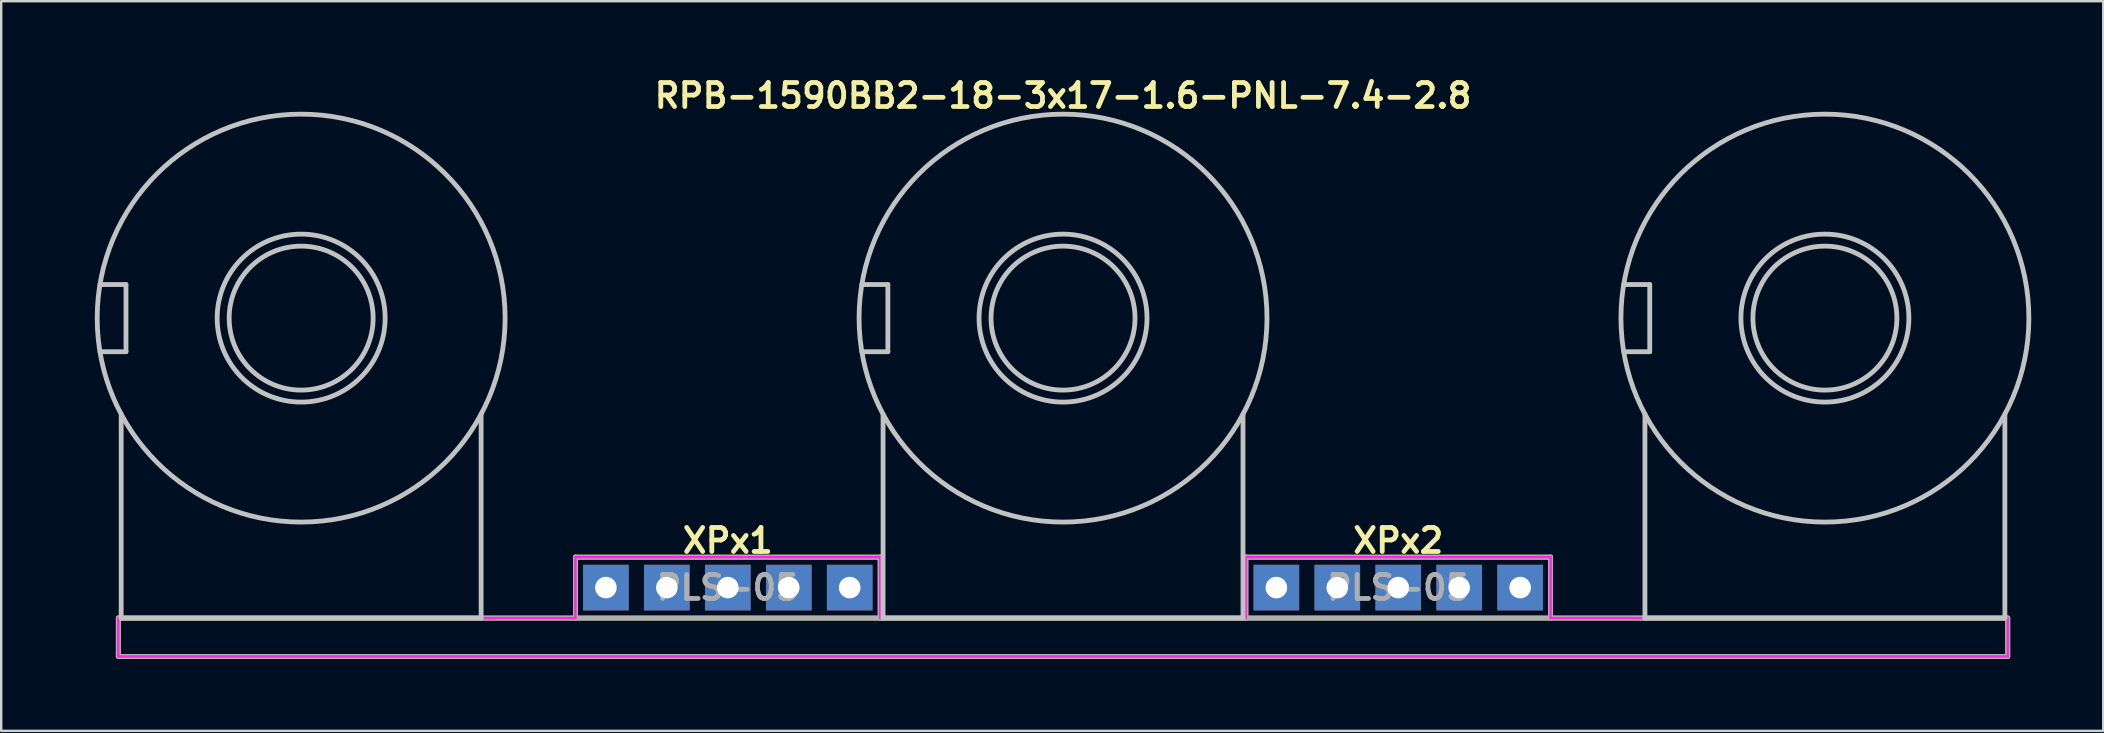
<source format=kicad_pcb>
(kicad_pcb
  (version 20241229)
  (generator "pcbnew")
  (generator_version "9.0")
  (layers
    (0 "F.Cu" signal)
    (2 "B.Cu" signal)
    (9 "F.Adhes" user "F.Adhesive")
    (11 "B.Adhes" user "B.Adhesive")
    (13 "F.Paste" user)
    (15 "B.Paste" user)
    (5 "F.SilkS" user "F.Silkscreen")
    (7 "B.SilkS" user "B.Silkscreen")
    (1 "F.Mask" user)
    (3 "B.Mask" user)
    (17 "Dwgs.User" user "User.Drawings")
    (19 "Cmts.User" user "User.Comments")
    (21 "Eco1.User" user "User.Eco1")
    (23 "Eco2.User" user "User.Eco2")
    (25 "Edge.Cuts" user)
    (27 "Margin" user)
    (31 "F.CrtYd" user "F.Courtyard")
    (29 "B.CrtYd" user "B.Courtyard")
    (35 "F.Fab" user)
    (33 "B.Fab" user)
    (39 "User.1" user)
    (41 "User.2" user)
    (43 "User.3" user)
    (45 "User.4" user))
  (footprint "RPB-1590BB2-18-3x17-1.6-PNL-7.4-2.8"
    (layer "F.Cu")
    (at 41.25 10.207)
    (property "Reference" "RPB-1590BB2-18-3x17-1.6-PNL-7.4-2.8" (at 0 -9.271 0) (layer "F.SilkS") (effects (font (size 1 1) (thickness 0.2))))
    (attr through_hole)
    (fp_line (start -39.37 12.5) (end -39.37 14.1) (stroke (width 0.2) (type solid)) (layer "F.SilkS"))
    (fp_line (start -39.37 12.5) (end 39.37 12.5) (stroke (width 0.2) (type solid)) (layer "F.SilkS"))
    (fp_line (start -39.37 14.1) (end 39.37 14.1) (stroke (width 0.2) (type solid)) (layer "F.SilkS"))
    (fp_line (start -20.32 9.96) (end -20.32 12.5) (stroke (width 0.2) (type solid)) (layer "F.SilkS"))
    (fp_line (start -20.32 9.96) (end -7.62 9.96) (stroke (width 0.2) (type solid)) (layer "F.SilkS"))
    (fp_line (start -7.62 9.96) (end -7.62 12.5) (stroke (width 0.2) (type solid)) (layer "F.SilkS"))
    (fp_line (start 7.62 9.96) (end 7.62 12.5) (stroke (width 0.2) (type solid)) (layer "F.SilkS"))
    (fp_line (start 7.62 9.96) (end 20.32 9.96) (stroke (width 0.2) (type solid)) (layer "F.SilkS"))
    (fp_line (start 20.32 9.96) (end 20.32 12.5) (stroke (width 0.2) (type solid)) (layer "F.SilkS"))
    (fp_line (start 39.37 12.5) (end 39.37 14.1) (stroke (width 0.2) (type solid)) (layer "F.SilkS"))
    (fp_line (start -40.134 -1.4) (end -39.05 -1.4) (stroke (width 0.2) (type solid)) (layer "Dwgs.User"))
    (fp_line (start -40.134 1.4) (end -39.05 1.4) (stroke (width 0.2) (type solid)) (layer "Dwgs.User"))
    (fp_line (start -39.25 4) (end -39.25 12.5) (stroke (width 0.2) (type solid)) (layer "Dwgs.User"))
    (fp_line (start -39.25 12.5) (end -24.25 12.5) (stroke (width 0.2) (type solid)) (layer "Dwgs.User"))
    (fp_line (start -39.05 -1.4) (end -39.05 1.4) (stroke (width 0.2) (type solid)) (layer "Dwgs.User"))
    (fp_line (start -24.25 4) (end -24.25 12.5) (stroke (width 0.2) (type solid)) (layer "Dwgs.User"))
    (fp_line (start -8.384 -1.4) (end -7.3 -1.4) (stroke (width 0.2) (type solid)) (layer "Dwgs.User"))
    (fp_line (start -8.384 1.4) (end -7.3 1.4) (stroke (width 0.2) (type solid)) (layer "Dwgs.User"))
    (fp_line (start -7.5 4) (end -7.5 12.5) (stroke (width 0.2) (type solid)) (layer "Dwgs.User"))
    (fp_line (start -7.5 12.5) (end 7.5 12.5) (stroke (width 0.2) (type solid)) (layer "Dwgs.User"))
    (fp_line (start -7.3 -1.4) (end -7.3 1.4) (stroke (width 0.2) (type solid)) (layer "Dwgs.User"))
    (fp_line (start 7.5 4) (end 7.5 12.5) (stroke (width 0.2) (type solid)) (layer "Dwgs.User"))
    (fp_line (start 23.366 -1.4) (end 24.45 -1.4) (stroke (width 0.2) (type solid)) (layer "Dwgs.User"))
    (fp_line (start 23.366 1.4) (end 24.45 1.4) (stroke (width 0.2) (type solid)) (layer "Dwgs.User"))
    (fp_line (start 24.25 4) (end 24.25 12.5) (stroke (width 0.2) (type solid)) (layer "Dwgs.User"))
    (fp_line (start 24.25 12.5) (end 39.25 12.5) (stroke (width 0.2) (type solid)) (layer "Dwgs.User"))
    (fp_line (start 24.45 -1.4) (end 24.45 1.4) (stroke (width 0.2) (type solid)) (layer "Dwgs.User"))
    (fp_line (start 39.25 4) (end 39.25 12.5) (stroke (width 0.2) (type solid)) (layer "Dwgs.User"))
    (fp_circle (center -31.75 0) (end -28.75 0) (stroke (width 0.2) (type solid)) (fill no) (layer "Dwgs.User"))
    (fp_circle (center -31.75 0) (end -28.25 0) (stroke (width 0.2) (type solid)) (fill no) (layer "Dwgs.User"))
    (fp_circle (center -31.75 0) (end -23.25 0) (stroke (width 0.2) (type solid)) (fill no) (layer "Dwgs.User"))
    (fp_circle (center 0 0) (end 3 0) (stroke (width 0.2) (type solid)) (fill no) (layer "Dwgs.User"))
    (fp_circle (center 0 0) (end 3.5 0) (stroke (width 0.2) (type solid)) (fill no) (layer "Dwgs.User"))
    (fp_circle (center 0 0) (end 8.5 0) (stroke (width 0.2) (type solid)) (fill no) (layer "Dwgs.User"))
    (fp_circle (center 31.75 0) (end 34.75 0) (stroke (width 0.2) (type solid)) (fill no) (layer "Dwgs.User"))
    (fp_circle (center 31.75 0) (end 35.25 0) (stroke (width 0.2) (type solid)) (fill no) (layer "Dwgs.User"))
    (fp_circle (center 31.75 0) (end 40.25 0) (stroke (width 0.2) (type solid)) (fill no) (layer "Dwgs.User"))
    (fp_circle (center -39.65 0) (end -38.25 0) (stroke (width 0.4) (type solid)) (fill no) (layer "Eco1.User"))
    (fp_circle (center -31.75 0) (end -28.05 0) (stroke (width 0.4) (type solid)) (fill no) (layer "Eco1.User"))
    (fp_circle (center -7.9 0) (end -6.5 0) (stroke (width 0.4) (type solid)) (fill no) (layer "Eco1.User"))
    (fp_circle (center 0 0) (end 3.7 0) (stroke (width 0.4) (type solid)) (fill no) (layer "Eco1.User"))
    (fp_circle (center 23.85 0) (end 25.25 0) (stroke (width 0.4) (type solid)) (fill no) (layer "Eco1.User"))
    (fp_circle (center 31.75 0) (end 35.45 0) (stroke (width 0.4) (type solid)) (fill no) (layer "Eco1.User"))
    (fp_line (start -39.37 12.5) (end -39.37 14.1) (stroke (width 0.1) (type solid)) (layer "F.CrtYd"))
    (fp_line (start -39.37 12.5) (end -20.32 12.5) (stroke (width 0.1) (type solid)) (layer "F.CrtYd"))
    (fp_line (start -39.37 14.1) (end 39.37 14.1) (stroke (width 0.1) (type solid)) (layer "F.CrtYd"))
    (fp_line (start -20.32 9.96) (end -20.32 12.5) (stroke (width 0.1) (type solid)) (layer "F.CrtYd"))
    (fp_line (start -20.32 9.96) (end -7.62 9.96) (stroke (width 0.1) (type solid)) (layer "F.CrtYd"))
    (fp_line (start -7.62 9.96) (end -7.62 12.5) (stroke (width 0.1) (type solid)) (layer "F.CrtYd"))
    (fp_line (start -7.62 12.5) (end 7.62 12.5) (stroke (width 0.1) (type solid)) (layer "F.CrtYd"))
    (fp_line (start 7.62 9.96) (end 7.62 12.5) (stroke (width 0.1) (type solid)) (layer "F.CrtYd"))
    (fp_line (start 7.62 9.96) (end 20.32 9.96) (stroke (width 0.1) (type solid)) (layer "F.CrtYd"))
    (fp_line (start 20.32 9.96) (end 20.32 12.5) (stroke (width 0.1) (type solid)) (layer "F.CrtYd"))
    (fp_line (start 20.32 12.5) (end 39.37 12.5) (stroke (width 0.1) (type solid)) (layer "F.CrtYd"))
    (fp_line (start 39.37 12.5) (end 39.37 14.1) (stroke (width 0.1) (type solid)) (layer "F.CrtYd"))
    (fp_line (start -39.37 12.5) (end -39.37 14.1) (stroke (width 0.2) (type solid)) (layer "F.Fab"))
    (fp_line (start -39.37 12.5) (end 39.37 12.5) (stroke (width 0.2) (type solid)) (layer "F.Fab"))
    (fp_line (start -39.37 14.1) (end 39.37 14.1) (stroke (width 0.2) (type solid)) (layer "F.Fab"))
    (fp_line (start -20.32 9.96) (end -20.32 12.5) (stroke (width 0.2) (type solid)) (layer "F.Fab"))
    (fp_line (start -20.32 9.96) (end -7.62 9.96) (stroke (width 0.2) (type solid)) (layer "F.Fab"))
    (fp_line (start -7.62 9.96) (end -7.62 12.5) (stroke (width 0.2) (type solid)) (layer "F.Fab"))
    (fp_line (start 7.62 9.96) (end 7.62 12.5) (stroke (width 0.2) (type solid)) (layer "F.Fab"))
    (fp_line (start 7.62 9.96) (end 20.32 9.96) (stroke (width 0.2) (type solid)) (layer "F.Fab"))
    (fp_line (start 20.32 9.96) (end 20.32 12.5) (stroke (width 0.2) (type solid)) (layer "F.Fab"))
    (fp_line (start 39.37 12.5) (end 39.37 14.1) (stroke (width 0.2) (type solid)) (layer "F.Fab"))
    (fp_text user "XPx1" (at -13.97 9.271 0) (layer "F.SilkS") (effects (font (size 1 1) (thickness 0.2))))
    (fp_text user "XPx2" (at 13.97 9.271 0) (layer "F.SilkS") (effects (font (size 1 1) (thickness 0.2))))
    (fp_text user "PLS-05" (at 13.97 11.23 0) (layer "F.Fab") (effects (font (size 1 1) (thickness 0.2))))
    (fp_text user "PLS-05" (at -13.97 11.23 0) (layer "F.Fab") (effects (font (size 1 1) (thickness 0.2))))
    (pad "11" thru_hole rect (at -13.97 11.23) (size 1.9 1.9) (drill 0.9) (layers "*.Cu" "*.Mask"))
    (pad "12" thru_hole rect (at -16.51 11.23) (size 1.9 1.9) (drill 0.9) (layers "*.Cu" "*.Mask"))
    (pad "13" thru_hole rect (at -19.05 11.23) (size 1.9 1.9) (drill 0.9) (layers "*.Cu" "*.Mask"))
    (pad "21" thru_hole rect (at -11.43 11.23) (size 1.9 1.9) (drill 0.9) (layers "*.Cu" "*.Mask"))
    (pad "22" thru_hole rect (at -8.89 11.23) (size 1.9 1.9) (drill 0.9) (layers "*.Cu" "*.Mask"))
    (pad "22" thru_hole rect (at 8.89 11.23) (size 1.9 1.9) (drill 0.9) (layers "*.Cu" "*.Mask"))
    (pad "23" thru_hole rect (at 11.43 11.23) (size 1.9 1.9) (drill 0.9) (layers "*.Cu" "*.Mask"))
    (pad "31" thru_hole rect (at 19.05 11.23) (size 1.9 1.9) (drill 0.9) (layers "*.Cu" "*.Mask"))
    (pad "32" thru_hole rect (at 16.51 11.23) (size 1.9 1.9) (drill 0.9) (layers "*.Cu" "*.Mask"))
    (pad "33" thru_hole rect (at 13.97 11.23) (size 1.9 1.9) (drill 0.9) (layers "*.Cu" "*.Mask")))
  (gr_rect
    (start -3 -3)
    (end 84.6 27.407)
    (stroke (width 0.1) (type default))
    (fill no)
    (layer "Edge.Cuts")))
</source>
